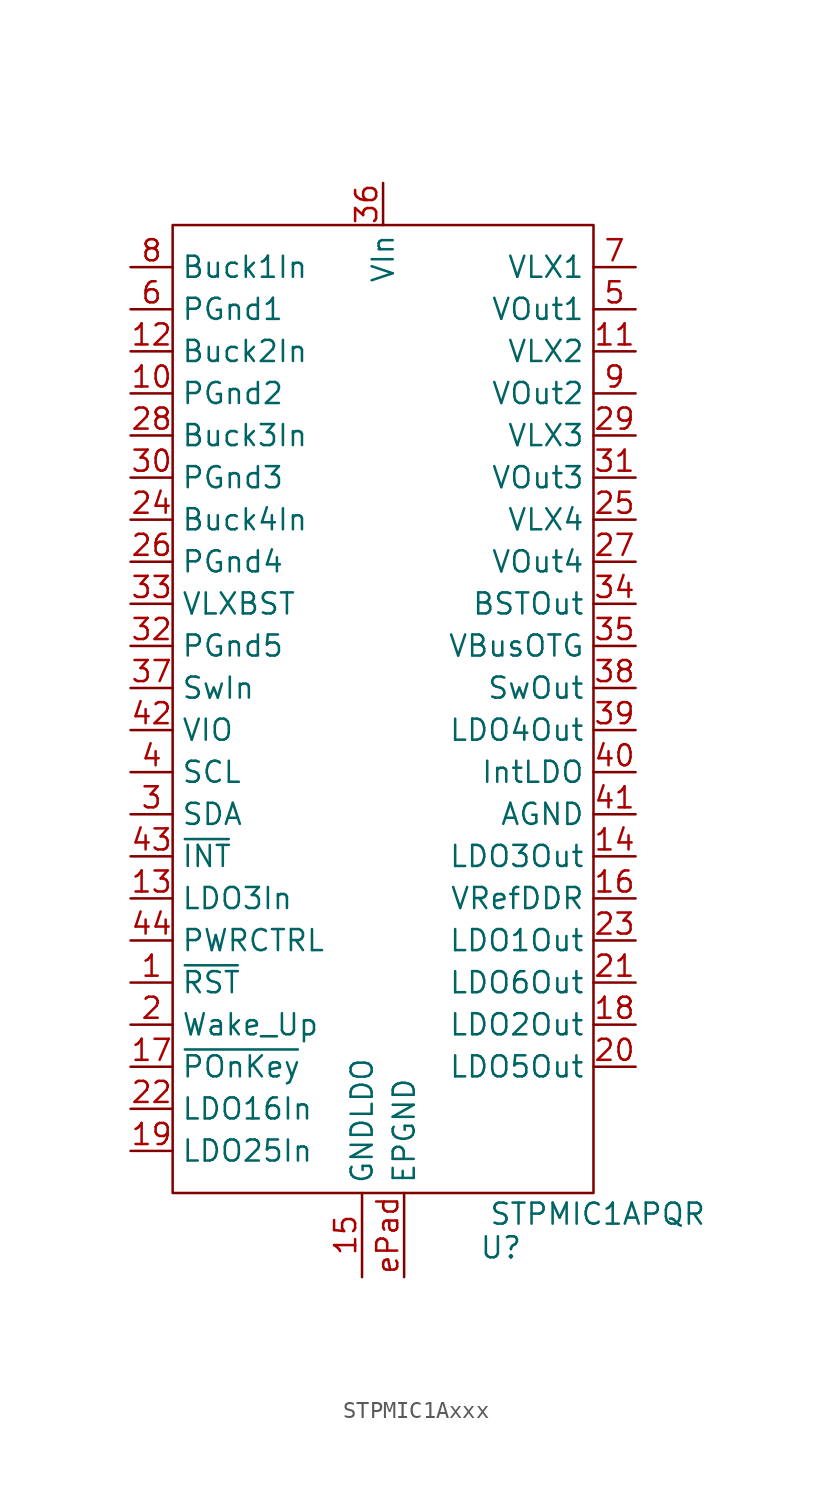
<source format=kicad_sym>
(kicad_symbol_lib
  (version 20231120)
  (generator "kicad_symbol_editor")
  (generator_version "8.0")
  (symbol "STPMIC1Axxx"
    (property "Reference" "U"
      (at 7.112 -62.992 0)
      (effects (font (size 1.27 1.27))))
    (property "Value" "STPMIC1APQR"
      (at 12.954 -60.96 0)
      (effects (font (size 1.27 1.27))))
    (symbol "STPMIC1Axxx_1_1"
      (rectangle (start -12.7 -1.27) (end 12.7 -59.69) (stroke (width 0) (type default)) (fill (type none)))
      (pin bidirectional line (at -15.24 -46.99 0) (length 2.54) (name "~{RST}" (effects (font (size 1.27 1.27)))) (number "1" (effects (font (size 1.27 1.27)))))
      (pin unspecified line (at -15.24 -11.43 0) (length 2.54) (name "PGnd2" (effects (font (size 1.27 1.27)))) (number "10" (effects (font (size 1.27 1.27)))))
      (pin power_out line (at 15.24 -8.89 180) (length 2.54) (name "VLX2" (effects (font (size 1.27 1.27)))) (number "11" (effects (font (size 1.27 1.27)))))
      (pin power_in line (at -15.24 -8.89 0) (length 2.54) (name "Buck2In" (effects (font (size 1.27 1.27)))) (number "12" (effects (font (size 1.27 1.27)))))
      (pin power_in line (at -15.24 -41.91 0) (length 2.54) (name "LDO3In" (effects (font (size 1.27 1.27)))) (number "13" (effects (font (size 1.27 1.27)))))
      (pin power_out line (at 15.24 -39.37 180) (length 2.54) (name "LDO3Out" (effects (font (size 1.27 1.27)))) (number "14" (effects (font (size 1.27 1.27)))))
      (pin unspecified line (at -1.27 -64.77 90) (length 5.08) (name "GNDLDO" (effects (font (size 1.27 1.27)))) (number "15" (effects (font (size 1.27 1.27)))))
      (pin power_out line (at 15.24 -41.91 180) (length 2.54) (name "VRefDDR" (effects (font (size 1.27 1.27)))) (number "16" (effects (font (size 1.27 1.27)))))
      (pin input line (at -15.24 -52.07 0) (length 2.54) (name "~{POnKey}" (effects (font (size 1.27 1.27)))) (number "17" (effects (font (size 1.27 1.27)))))
      (pin power_out line (at 15.24 -49.53 180) (length 2.54) (name "LDO2Out" (effects (font (size 1.27 1.27)))) (number "18" (effects (font (size 1.27 1.27)))))
      (pin power_in line (at -15.24 -57.15 0) (length 2.54) (name "LDO25In" (effects (font (size 1.27 1.27)))) (number "19" (effects (font (size 1.27 1.27)))))
      (pin input line (at -15.24 -49.53 0) (length 2.54) (name "Wake_Up" (effects (font (size 1.27 1.27)))) (number "2" (effects (font (size 1.27 1.27)))))
      (pin power_out line (at 15.24 -52.07 180) (length 2.54) (name "LDO5Out" (effects (font (size 1.27 1.27)))) (number "20" (effects (font (size 1.27 1.27)))))
      (pin power_out line (at 15.24 -46.99 180) (length 2.54) (name "LDO6Out" (effects (font (size 1.27 1.27)))) (number "21" (effects (font (size 1.27 1.27)))))
      (pin power_in line (at -15.24 -54.61 0) (length 2.54) (name "LDO16In" (effects (font (size 1.27 1.27)))) (number "22" (effects (font (size 1.27 1.27)))))
      (pin power_out line (at 15.24 -44.45 180) (length 2.54) (name "LDO1Out" (effects (font (size 1.27 1.27)))) (number "23" (effects (font (size 1.27 1.27)))))
      (pin power_in line (at -15.24 -19.05 0) (length 2.54) (name "Buck4In" (effects (font (size 1.27 1.27)))) (number "24" (effects (font (size 1.27 1.27)))))
      (pin power_out line (at 15.24 -19.05 180) (length 2.54) (name "VLX4" (effects (font (size 1.27 1.27)))) (number "25" (effects (font (size 1.27 1.27)))))
      (pin power_out line (at -15.24 -21.59 0) (length 2.54) (name "PGnd4" (effects (font (size 1.27 1.27)))) (number "26" (effects (font (size 1.27 1.27)))))
      (pin power_in line (at 15.24 -21.59 180) (length 2.54) (name "VOut4" (effects (font (size 1.27 1.27)))) (number "27" (effects (font (size 1.27 1.27)))))
      (pin power_in line (at -15.24 -13.97 0) (length 2.54) (name "Buck3In" (effects (font (size 1.27 1.27)))) (number "28" (effects (font (size 1.27 1.27)))))
      (pin power_out line (at 15.24 -13.97 180) (length 2.54) (name "VLX3" (effects (font (size 1.27 1.27)))) (number "29" (effects (font (size 1.27 1.27)))))
      (pin bidirectional line (at -15.24 -36.83 0) (length 2.54) (name "SDA" (effects (font (size 1.27 1.27)))) (number "3" (effects (font (size 1.27 1.27)))))
      (pin unspecified line (at -15.24 -16.51 0) (length 2.54) (name "PGnd3" (effects (font (size 1.27 1.27)))) (number "30" (effects (font (size 1.27 1.27)))))
      (pin power_in line (at 15.24 -16.51 180) (length 2.54) (name "VOut3" (effects (font (size 1.27 1.27)))) (number "31" (effects (font (size 1.27 1.27)))))
      (pin unspecified line (at -15.24 -26.67 0) (length 2.54) (name "PGnd5" (effects (font (size 1.27 1.27)))) (number "32" (effects (font (size 1.27 1.27)))))
      (pin power_in line (at -15.24 -24.13 0) (length 2.54) (name "VLXBST" (effects (font (size 1.27 1.27)))) (number "33" (effects (font (size 1.27 1.27)))))
      (pin power_out line (at 15.24 -24.13 180) (length 2.54) (name "BSTOut" (effects (font (size 1.27 1.27)))) (number "34" (effects (font (size 1.27 1.27)))))
      (pin power_out line (at 15.24 -26.67 180) (length 2.54) (name "VBusOTG" (effects (font (size 1.27 1.27)))) (number "35" (effects (font (size 1.27 1.27)))))
      (pin power_in line (at 0 1.27 270) (length 2.54) (name "VIn" (effects (font (size 1.27 1.27)))) (number "36" (effects (font (size 1.27 1.27)))))
      (pin power_in line (at -15.24 -29.21 0) (length 2.54) (name "SwIn" (effects (font (size 1.27 1.27)))) (number "37" (effects (font (size 1.27 1.27)))))
      (pin power_out line (at 15.24 -29.21 180) (length 2.54) (name "SwOut" (effects (font (size 1.27 1.27)))) (number "38" (effects (font (size 1.27 1.27)))))
      (pin power_out line (at 15.24 -31.75 180) (length 2.54) (name "LDO4Out" (effects (font (size 1.27 1.27)))) (number "39" (effects (font (size 1.27 1.27)))))
      (pin input line (at -15.24 -34.29 0) (length 2.54) (name "SCL" (effects (font (size 1.27 1.27)))) (number "4" (effects (font (size 1.27 1.27)))))
      (pin power_out line (at 15.24 -34.29 180) (length 2.54) (name "IntLDO" (effects (font (size 1.27 1.27)))) (number "40" (effects (font (size 1.27 1.27)))))
      (pin power_out line (at 15.24 -36.83 180) (length 2.54) (name "AGND" (effects (font (size 1.27 1.27)))) (number "41" (effects (font (size 1.27 1.27)))))
      (pin power_in line (at -15.24 -31.75 0) (length 2.54) (name "VIO" (effects (font (size 1.27 1.27)))) (number "42" (effects (font (size 1.27 1.27)))))
      (pin output line (at -15.24 -39.37 0) (length 2.54) (name "~{INT}" (effects (font (size 1.27 1.27)))) (number "43" (effects (font (size 1.27 1.27)))))
      (pin input line (at -15.24 -44.45 0) (length 2.54) (name "PWRCTRL" (effects (font (size 1.27 1.27)))) (number "44" (effects (font (size 1.27 1.27)))))
      (pin power_in line (at 15.24 -6.35 180) (length 2.54) (name "VOut1" (effects (font (size 1.27 1.27)))) (number "5" (effects (font (size 1.27 1.27)))))
      (pin unspecified line (at -15.24 -6.35 0) (length 2.54) (name "PGnd1" (effects (font (size 1.27 1.27)))) (number "6" (effects (font (size 1.27 1.27)))))
      (pin power_out line (at 15.24 -3.81 180) (length 2.54) (name "VLX1" (effects (font (size 1.27 1.27)))) (number "7" (effects (font (size 1.27 1.27)))))
      (pin power_in line (at -15.24 -3.81 0) (length 2.54) (name "Buck1In" (effects (font (size 1.27 1.27)))) (number "8" (effects (font (size 1.27 1.27)))))
      (pin power_in line (at 15.24 -11.43 180) (length 2.54) (name "VOut2" (effects (font (size 1.27 1.27)))) (number "9" (effects (font (size 1.27 1.27)))))
      (pin power_out line (at 1.27 -64.77 90) (length 5.08) (name "EPGND" (effects (font (size 1.27 1.27)))) (number "ePad" (effects (font (size 1.27 1.27))))))))
</source>
